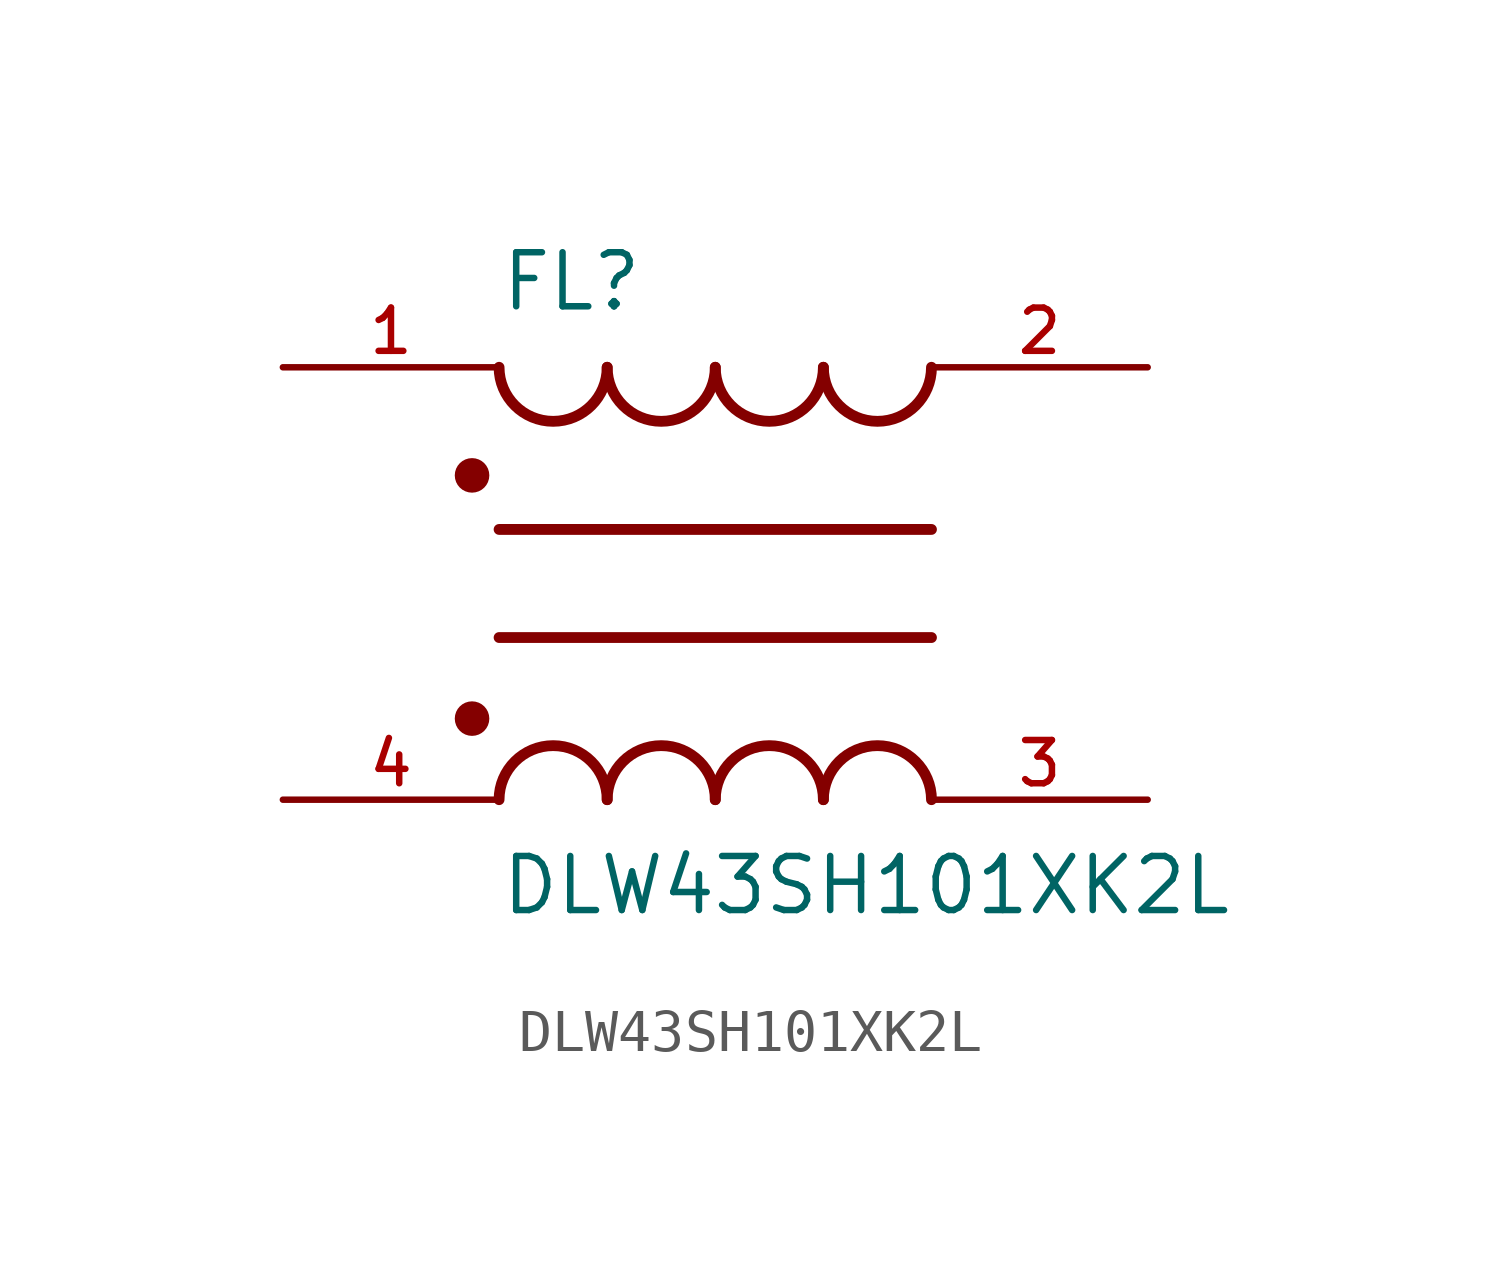
<source format=kicad_sym>
(kicad_symbol_lib
  (version 20211014)
  (generator kicad_symbol_editor)
  (symbol "DLW43SH101XK2L"
    (pin_names
      (offset 1.016))
    (property "Reference" "FL"
      (at -5.08 6.35 0)
      (effects (font (size 1.27 1.27)) (justify bottom left)))
    (property "Value" "DLW43SH101XK2L"
      (at -5.08 -6.35 0)
      (effects (font (size 1.27 1.27)) (justify top left)))
    (symbol "DLW43SH101XK2L_0_0"
      (arc (start -2.54 -5.08) (mid -3.81 -3.81) (end -5.08 -5.08) (stroke (width 0.254) (type default) (color 0 0 0 0)) (fill (type none)))
      (arc (start 0.0 -5.08) (mid -1.27 -3.81) (end -2.54 -5.08) (stroke (width 0.254) (type default) (color 0 0 0 0)) (fill (type none)))
      (arc (start 2.54 -5.08) (mid 1.27 -3.81) (end 0.0 -5.08) (stroke (width 0.254) (type default) (color 0 0 0 0)) (fill (type none)))
      (arc (start 5.08 -5.08) (mid 3.81 -3.81) (end 2.54 -5.08) (stroke (width 0.254) (type default) (color 0 0 0 0)) (fill (type none)))
      (polyline (pts (xy -5.08 -1.27) (xy 5.08 -1.27)) (stroke (width 0.254)))
      (circle (center -5.715 -3.175) (radius 0.203) (stroke (width 0.406)) (fill (type none)))
      (arc (start 2.54 5.08) (mid 3.81 3.81) (end 5.08 5.08) (stroke (width 0.254) (type default) (color 0 0 0 0)) (fill (type none)))
      (arc (start 0.0 5.08) (mid 1.27 3.81) (end 2.54 5.08) (stroke (width 0.254) (type default) (color 0 0 0 0)) (fill (type none)))
      (arc (start -2.54 5.08) (mid -1.27 3.81) (end 0.0 5.08) (stroke (width 0.254) (type default) (color 0 0 0 0)) (fill (type none)))
      (arc (start -5.08 5.08) (mid -3.81 3.81) (end -2.54 5.08) (stroke (width 0.254) (type default) (color 0 0 0 0)) (fill (type none)))
      (polyline (pts (xy 5.08 1.27) (xy -5.08 1.27)) (stroke (width 0.254)))
      (circle (center -5.715 2.54) (radius 0.203) (stroke (width 0.406)) (fill (type none)))
      (pin passive line (at -10.16 5.08 0) (length 5.08) (name "~" (effects (font (size 1.016 1.016)))) (number "1" (effects (font (size 1.016 1.016)))))
      (pin passive line (at 10.16 5.08 180.0) (length 5.08) (name "~" (effects (font (size 1.016 1.016)))) (number "2" (effects (font (size 1.016 1.016)))))
      (pin passive line (at -10.16 -5.08 0) (length 5.08) (name "~" (effects (font (size 1.016 1.016)))) (number "4" (effects (font (size 1.016 1.016)))))
      (pin passive line (at 10.16 -5.08 180.0) (length 5.08) (name "~" (effects (font (size 1.016 1.016)))) (number "3" (effects (font (size 1.016 1.016))))))))
</source>
